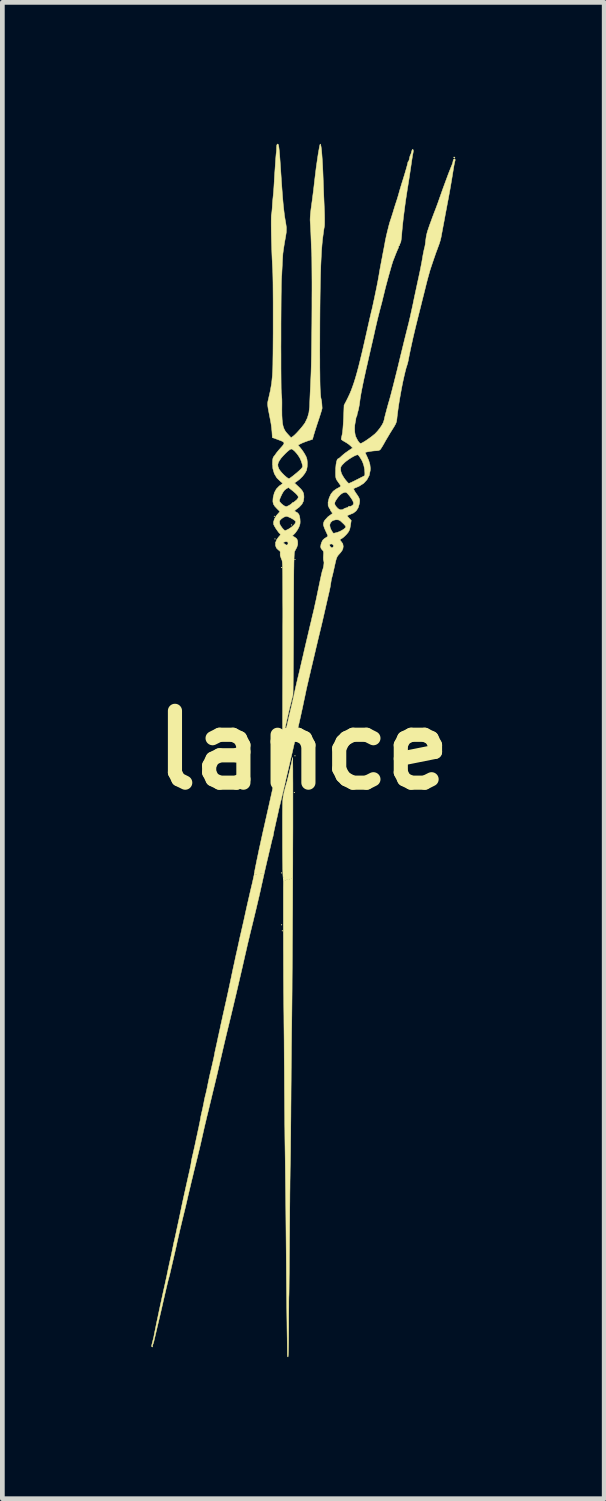
<source format=kicad_pcb>
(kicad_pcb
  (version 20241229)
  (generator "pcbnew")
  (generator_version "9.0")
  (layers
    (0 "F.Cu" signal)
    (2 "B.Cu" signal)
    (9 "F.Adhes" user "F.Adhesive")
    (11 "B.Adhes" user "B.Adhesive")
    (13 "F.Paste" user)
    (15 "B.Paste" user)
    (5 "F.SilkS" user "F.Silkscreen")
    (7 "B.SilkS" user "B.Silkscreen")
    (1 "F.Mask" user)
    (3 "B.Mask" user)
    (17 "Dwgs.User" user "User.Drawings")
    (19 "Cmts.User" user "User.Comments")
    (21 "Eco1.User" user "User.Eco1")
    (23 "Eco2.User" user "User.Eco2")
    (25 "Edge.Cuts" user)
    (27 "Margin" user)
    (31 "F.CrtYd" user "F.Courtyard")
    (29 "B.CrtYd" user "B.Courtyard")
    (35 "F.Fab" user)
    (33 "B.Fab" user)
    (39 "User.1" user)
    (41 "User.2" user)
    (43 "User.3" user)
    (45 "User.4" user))
  (footprint "lance"
    (layer "F.Cu")
    (at 3.382 12.86)
    (property "Reference" "lance" (at 0 0 0) (layer "F.SilkS") (effects (font (size 1.524 1.524) (thickness 0.3))))
    (attr through_hole)
    (fp_poly (pts (xy -0.607 -4.96) (xy -0.614 -4.953) (xy -0.621 -4.96) (xy -0.614 -4.967) (xy -0.607 -4.96)) (stroke (width 0.01) (type solid)) (fill yes) (layer "F.SilkS"))
    (fp_poly (pts (xy -0.593 -4.48) (xy -0.6 -4.473) (xy -0.607 -4.48) (xy -0.6 -4.487) (xy -0.593 -4.48)) (stroke (width 0.01) (type solid)) (fill yes) (layer "F.SilkS"))
    (fp_poly (pts (xy -0.452 -3.873) (xy -0.459 -3.866) (xy -0.466 -3.873) (xy -0.459 -3.881) (xy -0.452 -3.873)) (stroke (width 0.01) (type solid)) (fill yes) (layer "F.SilkS"))
    (fp_poly (pts (xy -0.452 2.603) (xy -0.459 2.611) (xy -0.466 2.603) (xy -0.459 2.596) (xy -0.452 2.603)) (stroke (width 0.01) (type solid)) (fill yes) (layer "F.SilkS"))
    (fp_poly (pts (xy -0.452 3.704) (xy -0.459 3.711) (xy -0.466 3.704) (xy -0.459 3.697) (xy -0.452 3.704)) (stroke (width 0.01) (type solid)) (fill yes) (layer "F.SilkS"))
    (fp_poly (pts (xy -0.437 3.831) (xy -0.445 3.838) (xy -0.452 3.831) (xy -0.445 3.824) (xy -0.437 3.831)) (stroke (width 0.01) (type solid)) (fill yes) (layer "F.SilkS"))
    (fp_poly (pts (xy -0.24 -4.777) (xy -0.247 -4.77) (xy -0.254 -4.777) (xy -0.247 -4.784) (xy -0.24 -4.777)) (stroke (width 0.01) (type solid)) (fill yes) (layer "F.SilkS"))
    (fp_poly (pts (xy -0.183 0.896) (xy -0.191 0.903) (xy -0.198 0.896) (xy -0.191 0.889) (xy -0.183 0.896)) (stroke (width 0.01) (type solid)) (fill yes) (layer "F.SilkS"))
    (fp_poly (pts (xy -0.169 -4.043) (xy -0.176 -4.036) (xy -0.183 -4.043) (xy -0.176 -4.05) (xy -0.169 -4.043)) (stroke (width 0.01) (type solid)) (fill yes) (layer "F.SilkS"))
    (fp_poly (pts (xy -0.169 0.12) (xy -0.176 0.127) (xy -0.183 0.12) (xy -0.176 0.113) (xy -0.169 0.12)) (stroke (width 0.01) (type solid)) (fill yes) (layer "F.SilkS"))
    (fp_poly (pts (xy -0.428 -0.249) (xy -0.426 -0.233) (xy -0.428 -0.23) (xy -0.436 -0.232) (xy -0.437 -0.24) (xy -0.432 -0.252) (xy -0.428 -0.249)) (stroke (width 0.01) (type solid)) (fill yes) (layer "F.SilkS"))
    (fp_poly (pts (xy 3.203 -12.58) (xy 3.217 -12.567) (xy 3.217 -12.565) (xy 3.206 -12.559) (xy 3.203 -12.559) (xy 3.19 -12.57) (xy 3.189 -12.574) (xy 3.198 -12.582) (xy 3.203 -12.58)) (stroke (width 0.01) (type solid)) (fill yes) (layer "F.SilkS"))
    (fp_poly (pts (xy -0.225 0.161) (xy -0.224 0.193) (xy -0.223 0.251) (xy -0.222 0.332) (xy -0.221 0.435) (xy -0.221 0.559) (xy -0.22 0.703) (xy -0.22 0.864) (xy -0.22 1.041) (xy -0.22 1.233) (xy -0.22 1.437) (xy -0.22 1.654) (xy -0.221 1.881) (xy -0.222 2.116) (xy -0.222 2.359) (xy -0.223 2.607) (xy -0.224 2.859) (xy -0.225 3.114) (xy -0.226 3.37) (xy -0.228 3.625) (xy -0.229 3.879) (xy -0.231 4.129) (xy -0.232 4.374) (xy -0.234 4.613) (xy -0.236 4.844) (xy -0.237 5.065) (xy -0.239 5.276) (xy -0.241 5.473) (xy -0.243 5.658) (xy -0.245 5.826) (xy -0.247 5.948) (xy -0.248 6.04) (xy -0.249 6.157) (xy -0.251 6.295) (xy -0.252 6.451) (xy -0.254 6.623) (xy -0.256 6.805) (xy -0.257 6.996) (xy -0.259 7.191) (xy -0.26 7.387) (xy -0.262 7.581) (xy -0.262 7.599) (xy -0.263 7.779) (xy -0.265 7.951) (xy -0.266 8.113) (xy -0.268 8.264) (xy -0.269 8.4) (xy -0.27 8.52) (xy -0.272 8.622) (xy -0.273 8.703) (xy -0.274 8.761) (xy -0.275 8.794) (xy -0.275 8.801) (xy -0.276 8.819) (xy -0.277 8.864) (xy -0.278 8.933) (xy -0.279 9.024) (xy -0.281 9.135) (xy -0.282 9.265) (xy -0.284 9.411) (xy -0.285 9.571) (xy -0.287 9.743) (xy -0.288 9.926) (xy -0.29 10.118) (xy -0.29 10.191) (xy -0.292 10.385) (xy -0.293 10.571) (xy -0.295 10.747) (xy -0.296 10.911) (xy -0.297 11.062) (xy -0.299 11.197) (xy -0.3 11.314) (xy -0.301 11.412) (xy -0.302 11.488) (xy -0.303 11.541) (xy -0.304 11.568) (xy -0.304 11.571) (xy -0.305 11.589) (xy -0.306 11.633) (xy -0.307 11.698) (xy -0.307 11.784) (xy -0.308 11.885) (xy -0.309 12) (xy -0.309 12.126) (xy -0.309 12.231) (xy -0.31 12.404) (xy -0.311 12.549) (xy -0.313 12.667) (xy -0.315 12.757) (xy -0.318 12.821) (xy -0.321 12.858) (xy -0.325 12.869) (xy -0.334 12.857) (xy -0.338 12.826) (xy -0.338 12.816) (xy -0.338 12.79) (xy -0.338 12.74) (xy -0.339 12.668) (xy -0.34 12.578) (xy -0.341 12.475) (xy -0.343 12.361) (xy -0.345 12.248) (xy -0.346 12.136) (xy -0.348 12) (xy -0.35 11.845) (xy -0.352 11.676) (xy -0.354 11.497) (xy -0.356 11.313) (xy -0.358 11.129) (xy -0.359 10.95) (xy -0.36 10.851) (xy -0.362 10.629) (xy -0.364 10.414) (xy -0.366 10.203) (xy -0.368 9.993) (xy -0.37 9.78) (xy -0.372 9.561) (xy -0.375 9.331) (xy -0.378 9.087) (xy -0.381 8.825) (xy -0.385 8.542) (xy -0.389 8.276) (xy -0.39 8.181) (xy -0.391 8.06) (xy -0.393 7.919) (xy -0.394 7.761) (xy -0.396 7.589) (xy -0.397 7.407) (xy -0.399 7.219) (xy -0.4 7.028) (xy -0.401 6.838) (xy -0.402 6.717) (xy -0.404 6.53) (xy -0.405 6.341) (xy -0.406 6.152) (xy -0.408 5.968) (xy -0.41 5.791) (xy -0.411 5.627) (xy -0.413 5.477) (xy -0.414 5.346) (xy -0.415 5.237) (xy -0.416 5.179) (xy -0.417 5.113) (xy -0.417 5.026) (xy -0.418 4.92) (xy -0.419 4.796) (xy -0.419 4.659) (xy -0.42 4.511) (xy -0.42 4.355) (xy -0.421 4.192) (xy -0.421 4.027) (xy -0.422 3.861) (xy -0.422 3.698) (xy -0.422 3.539) (xy -0.422 3.388) (xy -0.422 3.248) (xy -0.422 3.121) (xy -0.422 3.009) (xy -0.422 2.916) (xy -0.421 2.844) (xy -0.421 2.796) (xy -0.421 2.78) (xy -0.422 2.756) (xy -0.39 2.756) (xy -0.388 2.765) (xy -0.381 2.766) (xy -0.369 2.761) (xy -0.372 2.756) (xy -0.388 2.755) (xy -0.39 2.756) (xy -0.422 2.756) (xy -0.422 2.755) (xy -0.423 2.745) (xy -0.353 2.745) (xy -0.346 2.752) (xy -0.339 2.745) (xy -0.346 2.738) (xy -0.353 2.745) (xy -0.423 2.745) (xy -0.424 2.728) (xy -0.306 2.728) (xy -0.304 2.737) (xy -0.296 2.738) (xy -0.285 2.732) (xy -0.287 2.728) (xy -0.304 2.726) (xy -0.306 2.728) (xy -0.424 2.728) (xy -0.425 2.716) (xy -0.254 2.716) (xy -0.247 2.723) (xy -0.24 2.716) (xy -0.247 2.709) (xy -0.254 2.716) (xy -0.425 2.716) (xy -0.426 2.712) (xy -0.429 2.681) (xy -0.431 2.653) (xy -0.433 2.599) (xy -0.435 2.522) (xy -0.436 2.426) (xy -0.438 2.314) (xy -0.439 2.187) (xy -0.44 2.05) (xy -0.44 1.904) (xy -0.44 1.82) (xy -0.441 1.651) (xy -0.441 1.508) (xy -0.441 1.388) (xy -0.44 1.288) (xy -0.439 1.207) (xy -0.438 1.14) (xy -0.436 1.087) (xy -0.433 1.043) (xy -0.43 1.007) (xy -0.425 0.976) (xy -0.42 0.948) (xy -0.414 0.92) (xy -0.41 0.903) (xy -0.394 0.838) (xy -0.378 0.776) (xy -0.364 0.727) (xy -0.36 0.713) (xy -0.35 0.68) (xy -0.336 0.625) (xy -0.318 0.555) (xy -0.299 0.475) (xy -0.279 0.391) (xy -0.26 0.309) (xy -0.243 0.235) (xy -0.23 0.174) (xy -0.227 0.155) (xy -0.225 0.161)) (stroke (width 0.01) (type solid)) (fill yes) (layer "F.SilkS"))
    (fp_poly (pts (xy 0.369 -12.841) (xy 0.377 -12.801) (xy 0.386 -12.735) (xy 0.394 -12.645) (xy 0.402 -12.534) (xy 0.41 -12.401) (xy 0.417 -12.249) (xy 0.423 -12.086) (xy 0.427 -11.974) (xy 0.431 -11.863) (xy 0.435 -11.758) (xy 0.439 -11.665) (xy 0.442 -11.59) (xy 0.444 -11.543) (xy 0.448 -11.448) (xy 0.451 -11.355) (xy 0.452 -11.27) (xy 0.452 -11.195) (xy 0.451 -11.137) (xy 0.447 -11.1) (xy 0.445 -11.091) (xy 0.441 -11.071) (xy 0.434 -11.027) (xy 0.426 -10.966) (xy 0.416 -10.892) (xy 0.408 -10.83) (xy 0.398 -10.726) (xy 0.388 -10.6) (xy 0.38 -10.453) (xy 0.372 -10.283) (xy 0.366 -10.09) (xy 0.361 -9.873) (xy 0.357 -9.631) (xy 0.354 -9.363) (xy 0.352 -9.068) (xy 0.351 -8.746) (xy 0.351 -8.692) (xy 0.35 -8.473) (xy 0.351 -8.281) (xy 0.351 -8.113) (xy 0.353 -7.968) (xy 0.354 -7.844) (xy 0.356 -7.741) (xy 0.359 -7.655) (xy 0.363 -7.585) (xy 0.367 -7.53) (xy 0.371 -7.487) (xy 0.377 -7.456) (xy 0.38 -7.444) (xy 0.388 -7.403) (xy 0.394 -7.347) (xy 0.399 -7.27) (xy 0.4 -7.253) (xy 0.396 -7.233) (xy 0.384 -7.192) (xy 0.366 -7.133) (xy 0.343 -7.061) (xy 0.32 -6.992) (xy 0.292 -6.908) (xy 0.266 -6.827) (xy 0.243 -6.755) (xy 0.226 -6.699) (xy 0.218 -6.672) (xy 0.196 -6.592) (xy 0.103 -6.562) (xy 0.044 -6.541) (xy -0.014 -6.518) (xy -0.051 -6.501) (xy -0.112 -6.47) (xy -0.063 -6.413) (xy -0.029 -6.37) (xy 0.009 -6.315) (xy 0.035 -6.272) (xy 0.063 -6.219) (xy 0.078 -6.173) (xy 0.084 -6.121) (xy 0.086 -6.089) (xy 0.083 -6.011) (xy 0.071 -5.944) (xy 0.066 -5.93) (xy 0.034 -5.872) (xy -0.015 -5.808) (xy -0.077 -5.747) (xy -0.13 -5.706) (xy -0.186 -5.667) (xy -0.1 -5.586) (xy -0.047 -5.533) (xy -0.013 -5.489) (xy 0.006 -5.445) (xy 0.013 -5.395) (xy 0.014 -5.361) (xy 0.004 -5.283) (xy -0.029 -5.216) (xy -0.086 -5.155) (xy -0.119 -5.13) (xy -0.16 -5.099) (xy -0.18 -5.08) (xy -0.181 -5.069) (xy -0.173 -5.063) (xy -0.125 -5.037) (xy -0.094 -5.003) (xy -0.077 -4.953) (xy -0.069 -4.901) (xy -0.066 -4.843) (xy -0.069 -4.8) (xy -0.082 -4.758) (xy -0.094 -4.727) (xy -0.123 -4.673) (xy -0.159 -4.621) (xy -0.179 -4.597) (xy -0.23 -4.545) (xy -0.179 -4.515) (xy -0.145 -4.49) (xy -0.127 -4.46) (xy -0.119 -4.423) (xy -0.118 -4.365) (xy -0.136 -4.304) (xy -0.173 -4.234) (xy -0.18 -4.222) (xy -0.184 -4.214) (xy -0.187 -4.2) (xy -0.19 -4.178) (xy -0.192 -4.146) (xy -0.194 -4.103) (xy -0.196 -4.048) (xy -0.198 -3.979) (xy -0.199 -3.895) (xy -0.201 -3.793) (xy -0.202 -3.672) (xy -0.203 -3.532) (xy -0.204 -3.369) (xy -0.205 -3.183) (xy -0.206 -2.972) (xy -0.207 -2.735) (xy -0.207 -2.705) (xy -0.207 -2.502) (xy -0.208 -2.307) (xy -0.209 -2.121) (xy -0.21 -1.946) (xy -0.211 -1.785) (xy -0.212 -1.639) (xy -0.213 -1.509) (xy -0.214 -1.399) (xy -0.215 -1.309) (xy -0.216 -1.243) (xy -0.217 -1.201) (xy -0.217 -1.185) (xy -0.223 -1.157) (xy -0.235 -1.109) (xy -0.25 -1.05) (xy -0.258 -1.016) (xy -0.272 -0.96) (xy -0.29 -0.888) (xy -0.31 -0.804) (xy -0.33 -0.714) (xy -0.351 -0.623) (xy -0.371 -0.534) (xy -0.388 -0.454) (xy -0.402 -0.388) (xy -0.412 -0.339) (xy -0.416 -0.315) (xy -0.422 -0.281) (xy -0.429 -0.274) (xy -0.434 -0.29) (xy -0.438 -0.329) (xy -0.439 -0.347) (xy -0.439 -0.374) (xy -0.439 -0.426) (xy -0.439 -0.503) (xy -0.439 -0.601) (xy -0.439 -0.718) (xy -0.438 -0.852) (xy -0.438 -1.001) (xy -0.438 -1.162) (xy -0.437 -1.333) (xy -0.437 -1.513) (xy -0.436 -1.623) (xy -0.436 -1.822) (xy -0.435 -2.026) (xy -0.435 -2.232) (xy -0.435 -2.435) (xy -0.435 -2.633) (xy -0.434 -2.821) (xy -0.434 -2.996) (xy -0.435 -3.154) (xy -0.435 -3.291) (xy -0.435 -3.404) (xy -0.435 -3.411) (xy -0.436 -3.556) (xy -0.436 -3.676) (xy -0.437 -3.774) (xy -0.438 -3.851) (xy -0.44 -3.911) (xy -0.442 -3.957) (xy -0.445 -3.991) (xy -0.449 -4.016) (xy -0.454 -4.035) (xy -0.461 -4.05) (xy -0.467 -4.063) (xy -0.489 -4.128) (xy -0.49 -4.169) (xy -0.488 -4.204) (xy -0.5 -4.227) (xy -0.529 -4.247) (xy -0.57 -4.288) (xy -0.589 -4.341) (xy -0.588 -4.399) (xy -0.428 -4.399) (xy -0.394 -4.373) (xy -0.363 -4.352) (xy -0.343 -4.35) (xy -0.328 -4.368) (xy -0.325 -4.374) (xy -0.322 -4.401) (xy -0.339 -4.419) (xy -0.368 -4.424) (xy -0.397 -4.416) (xy -0.428 -4.399) (xy -0.588 -4.399) (xy -0.588 -4.401) (xy -0.565 -4.463) (xy -0.524 -4.52) (xy -0.495 -4.552) (xy -0.484 -4.572) (xy -0.488 -4.585) (xy -0.495 -4.591) (xy -0.519 -4.615) (xy -0.549 -4.655) (xy -0.582 -4.703) (xy -0.609 -4.748) (xy -0.627 -4.784) (xy -0.629 -4.791) (xy -0.63 -4.819) (xy -0.504 -4.819) (xy -0.496 -4.789) (xy -0.475 -4.752) (xy -0.447 -4.713) (xy -0.418 -4.68) (xy -0.394 -4.66) (xy -0.386 -4.657) (xy -0.366 -4.663) (xy -0.33 -4.68) (xy -0.309 -4.691) (xy -0.253 -4.728) (xy -0.206 -4.768) (xy -0.174 -4.806) (xy -0.16 -4.839) (xy -0.161 -4.85) (xy -0.178 -4.87) (xy -0.213 -4.895) (xy -0.259 -4.922) (xy -0.309 -4.945) (xy -0.346 -4.959) (xy -0.378 -4.956) (xy -0.419 -4.938) (xy -0.46 -4.91) (xy -0.491 -4.879) (xy -0.503 -4.857) (xy -0.504 -4.819) (xy -0.63 -4.819) (xy -0.63 -4.843) (xy -0.611 -4.905) (xy -0.575 -4.968) (xy -0.551 -4.998) (xy -0.495 -5.061) (xy -0.557 -5.122) (xy -0.605 -5.174) (xy -0.633 -5.219) (xy -0.644 -5.268) (xy -0.644 -5.292) (xy -0.508 -5.292) (xy -0.497 -5.266) (xy -0.469 -5.233) (xy -0.432 -5.201) (xy -0.394 -5.176) (xy -0.363 -5.165) (xy -0.362 -5.165) (xy -0.343 -5.171) (xy -0.31 -5.187) (xy -0.295 -5.195) (xy -0.262 -5.216) (xy -0.242 -5.233) (xy -0.24 -5.238) (xy -0.229 -5.249) (xy -0.226 -5.249) (xy -0.205 -5.258) (xy -0.187 -5.27) (xy -0.156 -5.296) (xy -0.139 -5.309) (xy -0.116 -5.338) (xy -0.107 -5.356) (xy -0.108 -5.38) (xy -0.126 -5.409) (xy -0.162 -5.447) (xy -0.219 -5.496) (xy -0.252 -5.522) (xy -0.314 -5.571) (xy -0.363 -5.542) (xy -0.399 -5.513) (xy -0.433 -5.465) (xy -0.46 -5.414) (xy -0.483 -5.364) (xy -0.5 -5.321) (xy -0.508 -5.294) (xy -0.508 -5.292) (xy -0.644 -5.292) (xy -0.642 -5.33) (xy -0.638 -5.364) (xy -0.613 -5.461) (xy -0.571 -5.539) (xy -0.51 -5.602) (xy -0.494 -5.613) (xy -0.461 -5.637) (xy -0.441 -5.654) (xy -0.438 -5.659) (xy -0.448 -5.671) (xy -0.474 -5.692) (xy -0.484 -5.7) (xy -0.56 -5.774) (xy -0.614 -5.864) (xy -0.645 -5.971) (xy -0.651 -6.06) (xy -0.54 -6.06) (xy -0.536 -6.015) (xy -0.515 -5.963) (xy -0.511 -5.956) (xy -0.485 -5.919) (xy -0.448 -5.876) (xy -0.406 -5.833) (xy -0.363 -5.795) (xy -0.327 -5.768) (xy -0.303 -5.758) (xy -0.287 -5.766) (xy -0.254 -5.79) (xy -0.209 -5.824) (xy -0.157 -5.867) (xy -0.151 -5.871) (xy -0.086 -5.928) (xy -0.042 -5.97) (xy -0.019 -6.001) (xy -0.014 -6.016) (xy -0.018 -6.045) (xy -0.03 -6.09) (xy -0.045 -6.134) (xy -0.069 -6.189) (xy -0.103 -6.245) (xy -0.143 -6.298) (xy -0.184 -6.343) (xy -0.222 -6.375) (xy -0.252 -6.388) (xy -0.261 -6.387) (xy -0.291 -6.37) (xy -0.332 -6.337) (xy -0.379 -6.293) (xy -0.426 -6.244) (xy -0.468 -6.197) (xy -0.491 -6.165) (xy -0.526 -6.107) (xy -0.54 -6.06) (xy -0.651 -6.06) (xy -0.653 -6.087) (xy -0.65 -6.15) (xy -0.643 -6.191) (xy -0.632 -6.219) (xy -0.624 -6.228) (xy -0.596 -6.264) (xy -0.576 -6.294) (xy -0.556 -6.32) (xy -0.523 -6.36) (xy -0.483 -6.406) (xy -0.472 -6.418) (xy -0.433 -6.463) (xy -0.411 -6.496) (xy -0.409 -6.521) (xy -0.428 -6.541) (xy -0.471 -6.562) (xy -0.539 -6.587) (xy -0.545 -6.59) (xy -0.656 -6.629) (xy -0.664 -6.754) (xy -0.671 -6.83) (xy -0.682 -6.913) (xy -0.694 -6.986) (xy -0.696 -6.992) (xy -0.717 -7.099) (xy -0.733 -7.182) (xy -0.745 -7.245) (xy -0.752 -7.294) (xy -0.755 -7.332) (xy -0.755 -7.364) (xy -0.751 -7.394) (xy -0.744 -7.425) (xy -0.736 -7.459) (xy -0.698 -7.627) (xy -0.671 -7.784) (xy -0.655 -7.944) (xy -0.65 -8.029) (xy -0.647 -8.091) (xy -0.645 -8.177) (xy -0.644 -8.283) (xy -0.642 -8.407) (xy -0.641 -8.545) (xy -0.64 -8.695) (xy -0.639 -8.852) (xy -0.639 -9.015) (xy -0.639 -9.179) (xy -0.639 -9.341) (xy -0.639 -9.5) (xy -0.64 -9.65) (xy -0.641 -9.789) (xy -0.642 -9.915) (xy -0.644 -10.023) (xy -0.646 -10.11) (xy -0.648 -10.174) (xy -0.649 -10.195) (xy -0.655 -10.305) (xy -0.661 -10.423) (xy -0.666 -10.547) (xy -0.67 -10.674) (xy -0.674 -10.799) (xy -0.677 -10.92) (xy -0.679 -11.034) (xy -0.68 -11.136) (xy -0.68 -11.224) (xy -0.679 -11.294) (xy -0.677 -11.344) (xy -0.673 -11.369) (xy -0.673 -11.37) (xy -0.669 -11.388) (xy -0.665 -11.427) (xy -0.66 -11.482) (xy -0.657 -11.529) (xy -0.653 -11.595) (xy -0.648 -11.656) (xy -0.644 -11.701) (xy -0.642 -11.719) (xy -0.637 -11.768) (xy -0.63 -11.843) (xy -0.623 -11.94) (xy -0.616 -12.058) (xy -0.614 -12.1) (xy -0.607 -12.216) (xy -0.599 -12.328) (xy -0.592 -12.431) (xy -0.586 -12.523) (xy -0.58 -12.598) (xy -0.575 -12.653) (xy -0.571 -12.684) (xy -0.571 -12.686) (xy -0.568 -12.712) (xy -0.566 -12.754) (xy -0.566 -12.781) (xy -0.562 -12.829) (xy -0.553 -12.852) (xy -0.545 -12.855) (xy -0.539 -12.854) (xy -0.533 -12.849) (xy -0.528 -12.839) (xy -0.523 -12.82) (xy -0.518 -12.791) (xy -0.513 -12.749) (xy -0.507 -12.693) (xy -0.501 -12.619) (xy -0.494 -12.527) (xy -0.486 -12.413) (xy -0.477 -12.276) (xy -0.466 -12.113) (xy -0.465 -12.093) (xy -0.451 -11.895) (xy -0.438 -11.722) (xy -0.425 -11.573) (xy -0.411 -11.445) (xy -0.398 -11.336) (xy -0.383 -11.243) (xy -0.372 -11.183) (xy -0.358 -11.084) (xy -0.36 -10.988) (xy -0.374 -10.894) (xy -0.389 -10.813) (xy -0.403 -10.731) (xy -0.414 -10.66) (xy -0.417 -10.64) (xy -0.424 -10.593) (xy -0.429 -10.552) (xy -0.431 -10.543) (xy -0.433 -10.518) (xy -0.436 -10.47) (xy -0.44 -10.406) (xy -0.444 -10.332) (xy -0.445 -10.303) (xy -0.449 -10.223) (xy -0.453 -10.147) (xy -0.456 -10.081) (xy -0.46 -10.035) (xy -0.46 -10.026) (xy -0.462 -9.991) (xy -0.464 -9.932) (xy -0.466 -9.85) (xy -0.467 -9.749) (xy -0.469 -9.631) (xy -0.47 -9.499) (xy -0.471 -9.355) (xy -0.472 -9.202) (xy -0.473 -9.043) (xy -0.473 -8.879) (xy -0.473 -8.715) (xy -0.474 -8.552) (xy -0.473 -8.393) (xy -0.473 -8.24) (xy -0.473 -8.097) (xy -0.472 -7.965) (xy -0.471 -7.848) (xy -0.47 -7.748) (xy -0.469 -7.667) (xy -0.467 -7.609) (xy -0.466 -7.576) (xy -0.465 -7.571) (xy -0.459 -7.515) (xy -0.454 -7.445) (xy -0.453 -7.374) (xy -0.453 -7.359) (xy -0.454 -7.219) (xy -0.453 -7.104) (xy -0.448 -7.01) (xy -0.44 -6.934) (xy -0.428 -6.872) (xy -0.41 -6.82) (xy -0.387 -6.775) (xy -0.357 -6.734) (xy -0.331 -6.705) (xy -0.259 -6.627) (xy -0.216 -6.657) (xy -0.182 -6.686) (xy -0.137 -6.731) (xy -0.087 -6.786) (xy -0.038 -6.843) (xy 0.004 -6.896) (xy 0.034 -6.938) (xy 0.038 -6.944) (xy 0.088 -7.048) (xy 0.119 -7.156) (xy 0.134 -7.279) (xy 0.135 -7.303) (xy 0.139 -7.423) (xy 0.145 -7.561) (xy 0.152 -7.705) (xy 0.158 -7.842) (xy 0.162 -7.93) (xy 0.165 -8.009) (xy 0.168 -8.111) (xy 0.171 -8.232) (xy 0.174 -8.371) (xy 0.176 -8.523) (xy 0.178 -8.687) (xy 0.18 -8.86) (xy 0.182 -9.039) (xy 0.183 -9.221) (xy 0.184 -9.403) (xy 0.184 -9.582) (xy 0.185 -9.756) (xy 0.185 -9.922) (xy 0.184 -10.077) (xy 0.183 -10.219) (xy 0.182 -10.343) (xy 0.181 -10.449) (xy 0.179 -10.532) (xy 0.176 -10.59) (xy 0.176 -10.597) (xy 0.172 -10.654) (xy 0.169 -10.728) (xy 0.166 -10.812) (xy 0.163 -10.894) (xy 0.16 -10.976) (xy 0.156 -11.06) (xy 0.152 -11.134) (xy 0.148 -11.19) (xy 0.145 -11.243) (xy 0.147 -11.303) (xy 0.153 -11.378) (xy 0.163 -11.471) (xy 0.175 -11.557) (xy 0.189 -11.658) (xy 0.203 -11.768) (xy 0.217 -11.875) (xy 0.228 -11.97) (xy 0.233 -12.016) (xy 0.246 -12.127) (xy 0.26 -12.242) (xy 0.274 -12.357) (xy 0.29 -12.467) (xy 0.305 -12.57) (xy 0.319 -12.662) (xy 0.333 -12.74) (xy 0.344 -12.801) (xy 0.353 -12.84) (xy 0.36 -12.855) (xy 0.36 -12.855) (xy 0.369 -12.841)) (stroke (width 0.01) (type solid)) (fill yes) (layer "F.SilkS"))
    (fp_poly (pts (xy 2.333 -12.729) (xy 2.333 -12.693) (xy 2.325 -12.649) (xy 2.318 -12.617) (xy 2.31 -12.564) (xy 2.3 -12.501) (xy 2.294 -12.459) (xy 2.282 -12.376) (xy 2.268 -12.283) (xy 2.255 -12.196) (xy 2.251 -12.171) (xy 2.24 -12.098) (xy 2.228 -12.023) (xy 2.218 -11.959) (xy 2.214 -11.938) (xy 2.204 -11.874) (xy 2.194 -11.807) (xy 2.188 -11.769) (xy 2.172 -11.665) (xy 2.156 -11.548) (xy 2.14 -11.424) (xy 2.124 -11.3) (xy 2.111 -11.182) (xy 2.1 -11.077) (xy 2.092 -10.99) (xy 2.09 -10.96) (xy 2.084 -10.89) (xy 2.077 -10.831) (xy 2.07 -10.786) (xy 2.063 -10.764) (xy 2.062 -10.763) (xy 2.048 -10.736) (xy 2.046 -10.722) (xy 2.039 -10.7) (xy 2.03 -10.696) (xy 2.02 -10.691) (xy 2.022 -10.687) (xy 2.023 -10.67) (xy 2.012 -10.641) (xy 1.997 -10.61) (xy 1.977 -10.562) (xy 1.955 -10.508) (xy 1.954 -10.506) (xy 1.934 -10.453) (xy 1.916 -10.408) (xy 1.905 -10.38) (xy 1.904 -10.379) (xy 1.895 -10.35) (xy 1.879 -10.3) (xy 1.859 -10.231) (xy 1.836 -10.15) (xy 1.811 -10.062) (xy 1.786 -9.97) (xy 1.762 -9.881) (xy 1.74 -9.798) (xy 1.723 -9.728) (xy 1.715 -9.694) (xy 1.697 -9.622) (xy 1.68 -9.552) (xy 1.666 -9.494) (xy 1.657 -9.461) (xy 1.63 -9.359) (xy 1.608 -9.273) (xy 1.588 -9.195) (xy 1.569 -9.117) (xy 1.549 -9.031) (xy 1.525 -8.927) (xy 1.518 -8.896) (xy 1.5 -8.813) (xy 1.476 -8.707) (xy 1.448 -8.586) (xy 1.418 -8.455) (xy 1.387 -8.32) (xy 1.357 -8.186) (xy 1.34 -8.114) (xy 1.313 -7.991) (xy 1.286 -7.869) (xy 1.262 -7.754) (xy 1.241 -7.649) (xy 1.224 -7.559) (xy 1.212 -7.488) (xy 1.206 -7.451) (xy 1.19 -7.328) (xy 1.171 -7.228) (xy 1.149 -7.149) (xy 1.146 -7.14) (xy 1.141 -7.114) (xy 1.141 -7.107) (xy 1.136 -7.087) (xy 1.13 -7.078) (xy 1.118 -7.05) (xy 1.116 -7.034) (xy 1.113 -7.003) (xy 1.104 -6.96) (xy 1.102 -6.95) (xy 1.092 -6.891) (xy 1.089 -6.82) (xy 1.092 -6.747) (xy 1.102 -6.683) (xy 1.114 -6.646) (xy 1.15 -6.575) (xy 1.182 -6.528) (xy 1.208 -6.506) (xy 1.215 -6.505) (xy 1.24 -6.513) (xy 1.281 -6.536) (xy 1.333 -6.568) (xy 1.39 -6.608) (xy 1.448 -6.65) (xy 1.5 -6.692) (xy 1.521 -6.709) (xy 1.572 -6.763) (xy 1.622 -6.825) (xy 1.666 -6.89) (xy 1.698 -6.95) (xy 1.713 -6.999) (xy 1.714 -6.999) (xy 1.72 -7.03) (xy 1.732 -7.081) (xy 1.749 -7.146) (xy 1.768 -7.218) (xy 1.788 -7.291) (xy 1.806 -7.357) (xy 1.813 -7.38) (xy 1.833 -7.448) (xy 1.858 -7.54) (xy 1.887 -7.652) (xy 1.92 -7.78) (xy 1.955 -7.919) (xy 1.992 -8.067) (xy 2.012 -8.149) (xy 2.054 -8.324) (xy 2.095 -8.491) (xy 2.133 -8.647) (xy 2.168 -8.788) (xy 2.199 -8.911) (xy 2.224 -9.011) (xy 2.235 -9.052) (xy 2.248 -9.11) (xy 2.267 -9.188) (xy 2.287 -9.281) (xy 2.309 -9.381) (xy 2.331 -9.482) (xy 2.335 -9.504) (xy 2.357 -9.61) (xy 2.381 -9.721) (xy 2.404 -9.829) (xy 2.425 -9.926) (xy 2.442 -10.005) (xy 2.444 -10.012) (xy 2.459 -10.084) (xy 2.473 -10.148) (xy 2.483 -10.197) (xy 2.489 -10.226) (xy 2.49 -10.231) (xy 2.495 -10.259) (xy 2.502 -10.294) (xy 2.511 -10.339) (xy 2.519 -10.386) (xy 2.529 -10.445) (xy 2.54 -10.509) (xy 2.552 -10.569) (xy 2.563 -10.621) (xy 2.571 -10.656) (xy 2.575 -10.667) (xy 2.579 -10.685) (xy 2.586 -10.725) (xy 2.593 -10.778) (xy 2.596 -10.807) (xy 2.603 -10.862) (xy 2.611 -10.909) (xy 2.621 -10.955) (xy 2.635 -11.006) (xy 2.655 -11.066) (xy 2.681 -11.142) (xy 2.712 -11.225) (xy 2.738 -11.298) (xy 2.758 -11.35) (xy 2.773 -11.39) (xy 2.786 -11.424) (xy 2.8 -11.46) (xy 2.813 -11.493) (xy 2.825 -11.526) (xy 2.845 -11.579) (xy 2.869 -11.647) (xy 2.896 -11.724) (xy 2.912 -11.769) (xy 2.955 -11.891) (xy 2.999 -12.011) (xy 3.041 -12.124) (xy 3.079 -12.227) (xy 3.113 -12.313) (xy 3.139 -12.379) (xy 3.146 -12.394) (xy 3.163 -12.438) (xy 3.173 -12.473) (xy 3.175 -12.486) (xy 3.182 -12.518) (xy 3.198 -12.538) (xy 3.215 -12.539) (xy 3.223 -12.519) (xy 3.218 -12.497) (xy 3.211 -12.47) (xy 3.201 -12.423) (xy 3.19 -12.362) (xy 3.183 -12.318) (xy 3.146 -12.09) (xy 3.109 -11.875) (xy 3.073 -11.68) (xy 3.068 -11.656) (xy 3.054 -11.582) (xy 3.037 -11.489) (xy 3.017 -11.386) (xy 2.998 -11.282) (xy 2.985 -11.211) (xy 2.968 -11.122) (xy 2.952 -11.036) (xy 2.938 -10.961) (xy 2.927 -10.901) (xy 2.92 -10.866) (xy 2.907 -10.813) (xy 2.887 -10.748) (xy 2.864 -10.684) (xy 2.863 -10.682) (xy 2.838 -10.614) (xy 2.81 -10.539) (xy 2.789 -10.477) (xy 2.768 -10.417) (xy 2.743 -10.343) (xy 2.718 -10.269) (xy 2.712 -10.251) (xy 2.693 -10.194) (xy 2.671 -10.117) (xy 2.646 -10.027) (xy 2.621 -9.934) (xy 2.605 -9.87) (xy 2.584 -9.785) (xy 2.558 -9.68) (xy 2.528 -9.562) (xy 2.497 -9.437) (xy 2.466 -9.313) (xy 2.443 -9.222) (xy 2.38 -8.967) (xy 2.326 -8.738) (xy 2.281 -8.533) (xy 2.244 -8.355) (xy 2.236 -8.313) (xy 2.225 -8.256) (xy 2.213 -8.206) (xy 2.203 -8.173) (xy 2.203 -8.172) (xy 2.183 -8.111) (xy 2.161 -8.027) (xy 2.137 -7.925) (xy 2.111 -7.808) (xy 2.086 -7.682) (xy 2.062 -7.551) (xy 2.039 -7.419) (xy 2.019 -7.292) (xy 2.003 -7.174) (xy 1.991 -7.079) (xy 1.985 -7.02) (xy 1.978 -6.976) (xy 1.967 -6.939) (xy 1.949 -6.901) (xy 1.922 -6.854) (xy 1.886 -6.797) (xy 1.84 -6.723) (xy 1.791 -6.64) (xy 1.744 -6.561) (xy 1.721 -6.519) (xy 1.689 -6.463) (xy 1.659 -6.414) (xy 1.636 -6.38) (xy 1.625 -6.368) (xy 1.597 -6.356) (xy 1.556 -6.35) (xy 1.547 -6.35) (xy 1.509 -6.348) (xy 1.46 -6.343) (xy 1.409 -6.335) (xy 1.362 -6.327) (xy 1.327 -6.319) (xy 1.312 -6.313) (xy 1.312 -6.313) (xy 1.318 -6.298) (xy 1.333 -6.266) (xy 1.346 -6.24) (xy 1.389 -6.142) (xy 1.414 -6.056) (xy 1.423 -5.975) (xy 1.42 -5.931) (xy 1.398 -5.826) (xy 1.35 -5.735) (xy 1.28 -5.659) (xy 1.187 -5.6) (xy 1.143 -5.58) (xy 1.103 -5.564) (xy 1.075 -5.55) (xy 1.069 -5.546) (xy 1.071 -5.531) (xy 1.086 -5.5) (xy 1.111 -5.46) (xy 1.153 -5.4) (xy 1.179 -5.356) (xy 1.193 -5.32) (xy 1.197 -5.287) (xy 1.193 -5.248) (xy 1.187 -5.218) (xy 1.162 -5.137) (xy 1.122 -5.076) (xy 1.064 -5.03) (xy 0.984 -4.996) (xy 0.951 -4.983) (xy 0.932 -4.972) (xy 0.931 -4.97) (xy 0.94 -4.956) (xy 0.963 -4.929) (xy 0.974 -4.917) (xy 1.017 -4.873) (xy 1.001 -4.767) (xy 0.99 -4.706) (xy 0.976 -4.663) (xy 0.955 -4.625) (xy 0.929 -4.592) (xy 0.89 -4.55) (xy 0.851 -4.514) (xy 0.828 -4.497) (xy 0.797 -4.478) (xy 0.778 -4.465) (xy 0.777 -4.464) (xy 0.782 -4.452) (xy 0.801 -4.427) (xy 0.809 -4.419) (xy 0.838 -4.377) (xy 0.847 -4.326) (xy 0.847 -4.324) (xy 0.842 -4.28) (xy 0.825 -4.238) (xy 0.793 -4.193) (xy 0.753 -4.148) (xy 0.733 -4.125) (xy 0.718 -4.1) (xy 0.704 -4.068) (xy 0.691 -4.023) (xy 0.676 -3.959) (xy 0.663 -3.901) (xy 0.647 -3.827) (xy 0.631 -3.758) (xy 0.618 -3.703) (xy 0.608 -3.667) (xy 0.607 -3.662) (xy 0.596 -3.619) (xy 0.588 -3.568) (xy 0.586 -3.556) (xy 0.58 -3.515) (xy 0.57 -3.456) (xy 0.556 -3.388) (xy 0.546 -3.344) (xy 0.531 -3.28) (xy 0.512 -3.197) (xy 0.49 -3.102) (xy 0.468 -3.004) (xy 0.452 -2.935) (xy 0.43 -2.838) (xy 0.407 -2.738) (xy 0.384 -2.641) (xy 0.364 -2.558) (xy 0.353 -2.512) (xy 0.333 -2.43) (xy 0.31 -2.334) (xy 0.287 -2.236) (xy 0.27 -2.166) (xy 0.254 -2.097) (xy 0.233 -2.007) (xy 0.209 -1.905) (xy 0.183 -1.795) (xy 0.157 -1.687) (xy 0.149 -1.65) (xy 0.126 -1.554) (xy 0.105 -1.463) (xy 0.086 -1.382) (xy 0.071 -1.316) (xy 0.061 -1.271) (xy 0.058 -1.255) (xy 0.037 -1.154) (xy 0.013 -1.042) (xy -0.011 -0.926) (xy -0.036 -0.812) (xy -0.059 -0.707) (xy -0.079 -0.618) (xy -0.093 -0.557) (xy -0.113 -0.474) (xy -0.126 -0.412) (xy -0.136 -0.366) (xy -0.143 -0.33) (xy -0.146 -0.31) (xy -0.155 -0.282) (xy -0.158 -0.275) (xy -0.166 -0.253) (xy -0.175 -0.216) (xy -0.177 -0.205) (xy -0.183 -0.175) (xy -0.195 -0.122) (xy -0.211 -0.052) (xy -0.23 0.032) (xy -0.252 0.125) (xy -0.264 0.176) (xy -0.289 0.282) (xy -0.314 0.391) (xy -0.339 0.496) (xy -0.361 0.59) (xy -0.378 0.666) (xy -0.382 0.684) (xy -0.403 0.775) (xy -0.427 0.878) (xy -0.451 0.978) (xy -0.467 1.044) (xy -0.484 1.112) (xy -0.498 1.172) (xy -0.509 1.216) (xy -0.515 1.241) (xy -0.515 1.242) (xy -0.52 1.263) (xy -0.529 1.306) (xy -0.542 1.364) (xy -0.557 1.431) (xy -0.557 1.432) (xy -0.573 1.5) (xy -0.586 1.559) (xy -0.596 1.604) (xy -0.601 1.627) (xy -0.601 1.627) (xy -0.609 1.663) (xy -0.612 1.677) (xy -0.619 1.706) (xy -0.627 1.747) (xy -0.628 1.757) (xy -0.636 1.801) (xy -0.642 1.83) (xy -0.65 1.856) (xy -0.652 1.863) (xy -0.659 1.888) (xy -0.669 1.93) (xy -0.675 1.954) (xy -0.684 1.992) (xy -0.697 2.051) (xy -0.715 2.124) (xy -0.734 2.206) (xy -0.746 2.258) (xy -0.768 2.349) (xy -0.793 2.457) (xy -0.82 2.575) (xy -0.846 2.691) (xy -0.867 2.787) (xy -0.887 2.875) (xy -0.904 2.954) (xy -0.921 3.029) (xy -0.938 3.104) (xy -0.957 3.183) (xy -0.977 3.268) (xy -1 3.366) (xy -1.027 3.478) (xy -1.059 3.611) (xy -1.097 3.766) (xy -1.099 3.775) (xy -1.126 3.883) (xy -1.152 3.994) (xy -1.178 4.101) (xy -1.2 4.198) (xy -1.218 4.277) (xy -1.226 4.311) (xy -1.259 4.457) (xy -1.297 4.624) (xy -1.339 4.805) (xy -1.383 4.994) (xy -1.428 5.187) (xy -1.473 5.376) (xy -1.516 5.557) (xy -1.556 5.724) (xy -1.592 5.871) (xy -1.602 5.913) (xy -1.621 5.99) (xy -1.644 6.086) (xy -1.669 6.192) (xy -1.694 6.299) (xy -1.714 6.385) (xy -1.745 6.519) (xy -1.771 6.632) (xy -1.794 6.729) (xy -1.814 6.817) (xy -1.834 6.902) (xy -1.855 6.989) (xy -1.878 7.085) (xy -1.905 7.196) (xy -1.936 7.324) (xy -1.962 7.433) (xy -1.988 7.539) (xy -2.011 7.637) (xy -2.032 7.722) (xy -2.049 7.79) (xy -2.06 7.836) (xy -2.06 7.839) (xy -2.074 7.896) (xy -2.092 7.972) (xy -2.111 8.056) (xy -2.13 8.14) (xy -2.132 8.149) (xy -2.155 8.251) (xy -2.174 8.335) (xy -2.191 8.408) (xy -2.208 8.479) (xy -2.227 8.556) (xy -2.249 8.648) (xy -2.264 8.707) (xy -2.291 8.816) (xy -2.319 8.929) (xy -2.346 9.043) (xy -2.373 9.152) (xy -2.397 9.255) (xy -2.419 9.346) (xy -2.437 9.423) (xy -2.451 9.481) (xy -2.459 9.517) (xy -2.461 9.525) (xy -2.466 9.55) (xy -2.477 9.597) (xy -2.492 9.661) (xy -2.51 9.736) (xy -2.524 9.793) (xy -2.557 9.927) (xy -2.584 10.04) (xy -2.607 10.136) (xy -2.627 10.221) (xy -2.645 10.301) (xy -2.663 10.381) (xy -2.674 10.428) (xy -2.686 10.485) (xy -2.697 10.535) (xy -2.709 10.586) (xy -2.721 10.64) (xy -2.736 10.705) (xy -2.754 10.783) (xy -2.777 10.881) (xy -2.793 10.95) (xy -2.807 11.011) (xy -2.819 11.063) (xy -2.828 11.1) (xy -2.83 11.111) (xy -2.837 11.14) (xy -2.849 11.183) (xy -2.856 11.21) (xy -2.866 11.246) (xy -2.88 11.304) (xy -2.898 11.378) (xy -2.918 11.464) (xy -2.939 11.554) (xy -2.941 11.564) (xy -2.965 11.667) (xy -2.992 11.787) (xy -3.022 11.917) (xy -3.052 12.045) (xy -3.08 12.162) (xy -3.084 12.178) (xy -3.106 12.272) (xy -3.126 12.359) (xy -3.144 12.434) (xy -3.158 12.493) (xy -3.167 12.532) (xy -3.169 12.543) (xy -3.181 12.582) (xy -3.19 12.604) (xy -3.198 12.631) (xy -3.196 12.644) (xy -3.197 12.657) (xy -3.202 12.658) (xy -3.216 12.647) (xy -3.217 12.64) (xy -3.214 12.617) (xy -3.204 12.578) (xy -3.196 12.545) (xy -3.183 12.495) (xy -3.172 12.451) (xy -3.168 12.432) (xy -3.154 12.357) (xy -3.134 12.26) (xy -3.111 12.145) (xy -3.084 12.019) (xy -3.056 11.885) (xy -3.027 11.75) (xy -2.998 11.618) (xy -2.971 11.494) (xy -2.949 11.395) (xy -2.93 11.311) (xy -2.914 11.236) (xy -2.9 11.173) (xy -2.89 11.127) (xy -2.886 11.105) (xy -2.878 11.067) (xy -2.865 11.003) (xy -2.846 10.916) (xy -2.822 10.807) (xy -2.805 10.732) (xy -2.791 10.666) (xy -2.778 10.603) (xy -2.768 10.553) (xy -2.765 10.541) (xy -2.754 10.484) (xy -2.741 10.425) (xy -2.738 10.414) (xy -2.73 10.38) (xy -2.717 10.322) (xy -2.7 10.245) (xy -2.681 10.154) (xy -2.659 10.053) (xy -2.636 9.946) (xy -2.613 9.838) (xy -2.591 9.732) (xy -2.582 9.687) (xy -2.56 9.584) (xy -2.535 9.47) (xy -2.506 9.34) (xy -2.473 9.192) (xy -2.435 9.022) (xy -2.411 8.918) (xy -2.398 8.857) (xy -2.386 8.8) (xy -2.379 8.757) (xy -2.378 8.749) (xy -2.372 8.709) (xy -2.361 8.655) (xy -2.35 8.608) (xy -2.339 8.56) (xy -2.324 8.492) (xy -2.306 8.413) (xy -2.288 8.331) (xy -2.284 8.311) (xy -2.266 8.225) (xy -2.246 8.136) (xy -2.229 8.054) (xy -2.214 7.988) (xy -2.213 7.98) (xy -2.2 7.917) (xy -2.188 7.859) (xy -2.18 7.816) (xy -2.179 7.806) (xy -2.172 7.766) (xy -2.16 7.712) (xy -2.151 7.672) (xy -2.137 7.613) (xy -2.122 7.541) (xy -2.108 7.473) (xy -2.108 7.472) (xy -2.097 7.412) (xy -2.085 7.359) (xy -2.076 7.321) (xy -2.075 7.317) (xy -2.067 7.287) (xy -2.055 7.236) (xy -2.041 7.172) (xy -2.026 7.1) (xy -2.025 7.091) (xy -2.009 7.014) (xy -1.993 6.939) (xy -1.979 6.875) (xy -1.968 6.831) (xy -1.968 6.83) (xy -1.953 6.766) (xy -1.936 6.693) (xy -1.919 6.618) (xy -1.903 6.549) (xy -1.891 6.492) (xy -1.884 6.456) (xy -1.877 6.415) (xy -1.871 6.385) (xy -1.863 6.351) (xy -1.852 6.301) (xy -1.839 6.243) (xy -1.827 6.187) (xy -1.817 6.142) (xy -1.812 6.117) (xy -1.804 6.078) (xy -1.8 6.061) (xy -1.794 6.037) (xy -1.785 5.992) (xy -1.771 5.931) (xy -1.756 5.859) (xy -1.751 5.835) (xy -1.73 5.741) (xy -1.707 5.634) (xy -1.683 5.529) (xy -1.665 5.447) (xy -1.633 5.306) (xy -1.602 5.164) (xy -1.569 5.013) (xy -1.534 4.847) (xy -1.503 4.699) (xy -1.483 4.605) (xy -1.461 4.506) (xy -1.441 4.411) (xy -1.423 4.329) (xy -1.417 4.304) (xy -1.401 4.233) (xy -1.386 4.165) (xy -1.374 4.109) (xy -1.367 4.078) (xy -1.356 4.027) (xy -1.343 3.966) (xy -1.334 3.93) (xy -1.301 3.785) (xy -1.264 3.623) (xy -1.224 3.44) (xy -1.206 3.358) (xy -1.183 3.256) (xy -1.156 3.139) (xy -1.129 3.021) (xy -1.104 2.914) (xy -1.099 2.893) (xy -1.079 2.81) (xy -1.062 2.733) (xy -1.047 2.666) (xy -1.04 2.629) (xy -1.011 2.629) (xy -1.009 2.638) (xy -1.002 2.639) (xy -0.99 2.634) (xy -0.992 2.629) (xy -1.009 2.628) (xy -1.011 2.629) (xy -1.04 2.629) (xy -1.039 2.621) (xy -0.911 2.621) (xy -0.897 2.624) (xy -0.879 2.621) (xy -0.879 2.618) (xy -0.861 2.618) (xy -0.854 2.625) (xy -0.847 2.618) (xy -0.854 2.611) (xy -0.861 2.618) (xy -0.879 2.618) (xy -0.879 2.616) (xy -0.898 2.613) (xy -0.906 2.615) (xy -0.911 2.621) (xy -1.039 2.621) (xy -1.038 2.616) (xy -1.035 2.596) (xy -1.03 2.562) (xy -1.019 2.503) (xy -1.003 2.425) (xy -0.984 2.33) (xy -0.961 2.222) (xy -0.937 2.105) (xy -0.91 1.983) (xy -0.883 1.859) (xy -0.856 1.737) (xy -0.83 1.623) (xy -0.783 1.414) (xy -0.74 1.224) (xy -0.702 1.054) (xy -0.669 0.906) (xy -0.641 0.78) (xy -0.619 0.678) (xy -0.603 0.602) (xy -0.6 0.586) (xy -0.585 0.517) (xy -0.569 0.444) (xy -0.557 0.395) (xy -0.544 0.343) (xy -0.534 0.3) (xy -0.528 0.275) (xy -0.522 0.247) (xy -0.511 0.201) (xy -0.502 0.162) (xy -0.471 0.029) (xy -0.443 -0.088) (xy -0.417 -0.203) (xy -0.39 -0.326) (xy -0.375 -0.395) (xy -0.356 -0.481) (xy -0.337 -0.564) (xy -0.32 -0.639) (xy -0.307 -0.697) (xy -0.302 -0.72) (xy -0.264 -0.878) (xy -0.232 -1.014) (xy -0.206 -1.132) (xy -0.182 -1.239) (xy -0.177 -1.263) (xy -0.16 -1.341) (xy -0.141 -1.423) (xy -0.124 -1.497) (xy -0.116 -1.531) (xy -0.105 -1.576) (xy -0.093 -1.625) (xy -0.079 -1.683) (xy -0.063 -1.752) (xy -0.043 -1.837) (xy -0.019 -1.941) (xy 0.011 -2.069) (xy 0.013 -2.081) (xy 0.026 -2.136) (xy 0.044 -2.213) (xy 0.066 -2.307) (xy 0.091 -2.412) (xy 0.117 -2.523) (xy 0.143 -2.635) (xy 0.169 -2.741) (xy 0.191 -2.838) (xy 0.211 -2.919) (xy 0.213 -2.928) (xy 0.23 -2.999) (xy 0.249 -3.088) (xy 0.273 -3.195) (xy 0.3 -3.325) (xy 0.332 -3.478) (xy 0.354 -3.584) (xy 0.37 -3.658) (xy 0.384 -3.723) (xy 0.396 -3.774) (xy 0.403 -3.804) (xy 0.405 -3.81) (xy 0.416 -3.838) (xy 0.423 -3.865) (xy 0.431 -3.901) (xy 0.435 -3.925) (xy 0.44 -3.975) (xy 0.435 -4.011) (xy 0.433 -4.016) (xy 0.427 -4.042) (xy 0.426 -4.086) (xy 0.428 -4.128) (xy 0.431 -4.177) (xy 0.429 -4.208) (xy 0.419 -4.23) (xy 0.401 -4.248) (xy 0.377 -4.279) (xy 0.368 -4.314) (xy 0.373 -4.344) (xy 0.557 -4.344) (xy 0.572 -4.317) (xy 0.598 -4.294) (xy 0.617 -4.294) (xy 0.635 -4.311) (xy 0.643 -4.337) (xy 0.629 -4.361) (xy 0.599 -4.374) (xy 0.592 -4.374) (xy 0.563 -4.366) (xy 0.557 -4.344) (xy 0.373 -4.344) (xy 0.375 -4.361) (xy 0.388 -4.404) (xy 0.413 -4.454) (xy 0.45 -4.489) (xy 0.466 -4.498) (xy 0.499 -4.52) (xy 0.52 -4.537) (xy 0.522 -4.542) (xy 0.516 -4.559) (xy 0.501 -4.594) (xy 0.48 -4.64) (xy 0.478 -4.643) (xy 0.447 -4.713) (xy 0.43 -4.766) (xy 0.429 -4.777) (xy 0.561 -4.777) (xy 0.57 -4.722) (xy 0.589 -4.676) (xy 0.612 -4.636) (xy 0.632 -4.608) (xy 0.643 -4.6) (xy 0.665 -4.604) (xy 0.703 -4.614) (xy 0.726 -4.62) (xy 0.777 -4.64) (xy 0.828 -4.667) (xy 0.869 -4.695) (xy 0.897 -4.721) (xy 0.903 -4.736) (xy 0.892 -4.759) (xy 0.859 -4.796) (xy 0.807 -4.845) (xy 0.781 -4.868) (xy 0.742 -4.885) (xy 0.691 -4.887) (xy 0.64 -4.875) (xy 0.612 -4.86) (xy 0.575 -4.822) (xy 0.561 -4.777) (xy 0.429 -4.777) (xy 0.428 -4.809) (xy 0.439 -4.846) (xy 0.459 -4.879) (xy 0.524 -4.95) (xy 0.605 -5.009) (xy 0.606 -5.01) (xy 0.619 -5.022) (xy 0.611 -5.039) (xy 0.603 -5.048) (xy 0.584 -5.074) (xy 0.578 -5.088) (xy 0.57 -5.107) (xy 0.551 -5.136) (xy 0.55 -5.136) (xy 0.527 -5.189) (xy 0.527 -5.218) (xy 0.667 -5.218) (xy 0.683 -5.185) (xy 0.687 -5.178) (xy 0.735 -5.124) (xy 0.782 -5.098) (xy 0.828 -5.1) (xy 0.854 -5.114) (xy 0.881 -5.13) (xy 0.896 -5.135) (xy 0.934 -5.145) (xy 0.957 -5.159) (xy 0.96 -5.166) (xy 0.968 -5.174) (xy 0.972 -5.172) (xy 0.999 -5.17) (xy 1.031 -5.184) (xy 1.057 -5.207) (xy 1.065 -5.221) (xy 1.063 -5.258) (xy 1.039 -5.31) (xy 0.992 -5.379) (xy 0.963 -5.415) (xy 0.932 -5.45) (xy 0.908 -5.467) (xy 0.886 -5.47) (xy 0.876 -5.468) (xy 0.83 -5.451) (xy 0.788 -5.421) (xy 0.744 -5.373) (xy 0.72 -5.342) (xy 0.685 -5.289) (xy 0.667 -5.25) (xy 0.667 -5.218) (xy 0.527 -5.218) (xy 0.526 -5.258) (xy 0.547 -5.343) (xy 0.551 -5.355) (xy 0.588 -5.434) (xy 0.635 -5.492) (xy 0.697 -5.538) (xy 0.727 -5.554) (xy 0.771 -5.578) (xy 0.793 -5.598) (xy 0.794 -5.607) (xy 0.782 -5.627) (xy 0.758 -5.661) (xy 0.735 -5.694) (xy 0.712 -5.727) (xy 0.698 -5.754) (xy 0.69 -5.784) (xy 0.686 -5.823) (xy 0.685 -5.879) (xy 0.685 -5.905) (xy 0.687 -5.967) (xy 0.79 -5.967) (xy 0.796 -5.918) (xy 0.81 -5.868) (xy 0.811 -5.866) (xy 0.832 -5.826) (xy 0.86 -5.78) (xy 0.893 -5.734) (xy 0.926 -5.695) (xy 0.952 -5.667) (xy 0.967 -5.659) (xy 0.986 -5.665) (xy 1.025 -5.682) (xy 1.077 -5.707) (xy 1.138 -5.738) (xy 1.145 -5.741) (xy 1.305 -5.824) (xy 1.306 -5.879) (xy 1.301 -5.953) (xy 1.285 -6.034) (xy 1.26 -6.108) (xy 1.244 -6.143) (xy 1.208 -6.203) (xy 1.182 -6.241) (xy 1.164 -6.261) (xy 1.152 -6.265) (xy 1.12 -6.257) (xy 1.073 -6.235) (xy 1.017 -6.203) (xy 0.959 -6.165) (xy 0.906 -6.126) (xy 0.871 -6.096) (xy 0.829 -6.053) (xy 0.805 -6.022) (xy 0.793 -5.995) (xy 0.79 -5.967) (xy 0.687 -5.967) (xy 0.688 -5.988) (xy 0.695 -6.062) (xy 0.706 -6.121) (xy 0.72 -6.162) (xy 0.736 -6.18) (xy 0.739 -6.181) (xy 0.758 -6.19) (xy 0.788 -6.214) (xy 0.804 -6.23) (xy 0.84 -6.262) (xy 0.889 -6.302) (xy 0.943 -6.34) (xy 0.949 -6.345) (xy 1.047 -6.41) (xy 1.003 -6.454) (xy 0.966 -6.486) (xy 0.916 -6.52) (xy 0.882 -6.54) (xy 0.842 -6.563) (xy 0.813 -6.584) (xy 0.805 -6.596) (xy 0.808 -6.617) (xy 0.816 -6.656) (xy 0.825 -6.696) (xy 0.832 -6.737) (xy 0.839 -6.801) (xy 0.845 -6.88) (xy 0.851 -6.968) (xy 0.855 -7.048) (xy 0.865 -7.316) (xy 0.913 -7.407) (xy 0.949 -7.479) (xy 0.983 -7.551) (xy 1.015 -7.627) (xy 1.045 -7.708) (xy 1.076 -7.797) (xy 1.107 -7.896) (xy 1.139 -8.008) (xy 1.173 -8.135) (xy 1.209 -8.28) (xy 1.249 -8.445) (xy 1.292 -8.632) (xy 1.34 -8.844) (xy 1.349 -8.883) (xy 1.372 -8.987) (xy 1.394 -9.083) (xy 1.413 -9.167) (xy 1.429 -9.235) (xy 1.44 -9.284) (xy 1.446 -9.31) (xy 1.447 -9.313) (xy 1.457 -9.352) (xy 1.471 -9.414) (xy 1.488 -9.493) (xy 1.508 -9.584) (xy 1.528 -9.682) (xy 1.549 -9.781) (xy 1.568 -9.877) (xy 1.585 -9.965) (xy 1.598 -10.039) (xy 1.608 -10.093) (xy 1.608 -10.097) (xy 1.617 -10.15) (xy 1.63 -10.223) (xy 1.646 -10.308) (xy 1.663 -10.398) (xy 1.673 -10.449) (xy 1.689 -10.536) (xy 1.706 -10.621) (xy 1.72 -10.696) (xy 1.731 -10.755) (xy 1.735 -10.781) (xy 1.746 -10.834) (xy 1.76 -10.901) (xy 1.778 -10.977) (xy 1.797 -11.053) (xy 1.815 -11.125) (xy 1.831 -11.184) (xy 1.844 -11.225) (xy 1.847 -11.235) (xy 1.857 -11.263) (xy 1.872 -11.31) (xy 1.89 -11.367) (xy 1.899 -11.395) (xy 1.921 -11.468) (xy 1.945 -11.546) (xy 1.968 -11.616) (xy 1.972 -11.628) (xy 1.992 -11.69) (xy 2.011 -11.753) (xy 2.025 -11.803) (xy 2.026 -11.804) (xy 2.036 -11.843) (xy 2.053 -11.901) (xy 2.075 -11.973) (xy 2.099 -12.052) (xy 2.11 -12.086) (xy 2.148 -12.209) (xy 2.178 -12.311) (xy 2.2 -12.389) (xy 2.214 -12.444) (xy 2.219 -12.471) (xy 2.227 -12.487) (xy 2.231 -12.488) (xy 2.239 -12.501) (xy 2.248 -12.532) (xy 2.251 -12.548) (xy 2.26 -12.589) (xy 2.27 -12.618) (xy 2.273 -12.623) (xy 2.284 -12.647) (xy 2.295 -12.684) (xy 2.296 -12.691) (xy 2.307 -12.725) (xy 2.318 -12.742) (xy 2.321 -12.743) (xy 2.333 -12.729)) (stroke (width 0.01) (type solid)) (fill yes) (layer "F.SilkS")))
  (gr_rect
    (start -3 -3)
    (end 9.764 28.735)
    (stroke (width 0.1) (type default))
    (fill no)
    (layer "Edge.Cuts")))
</source>
